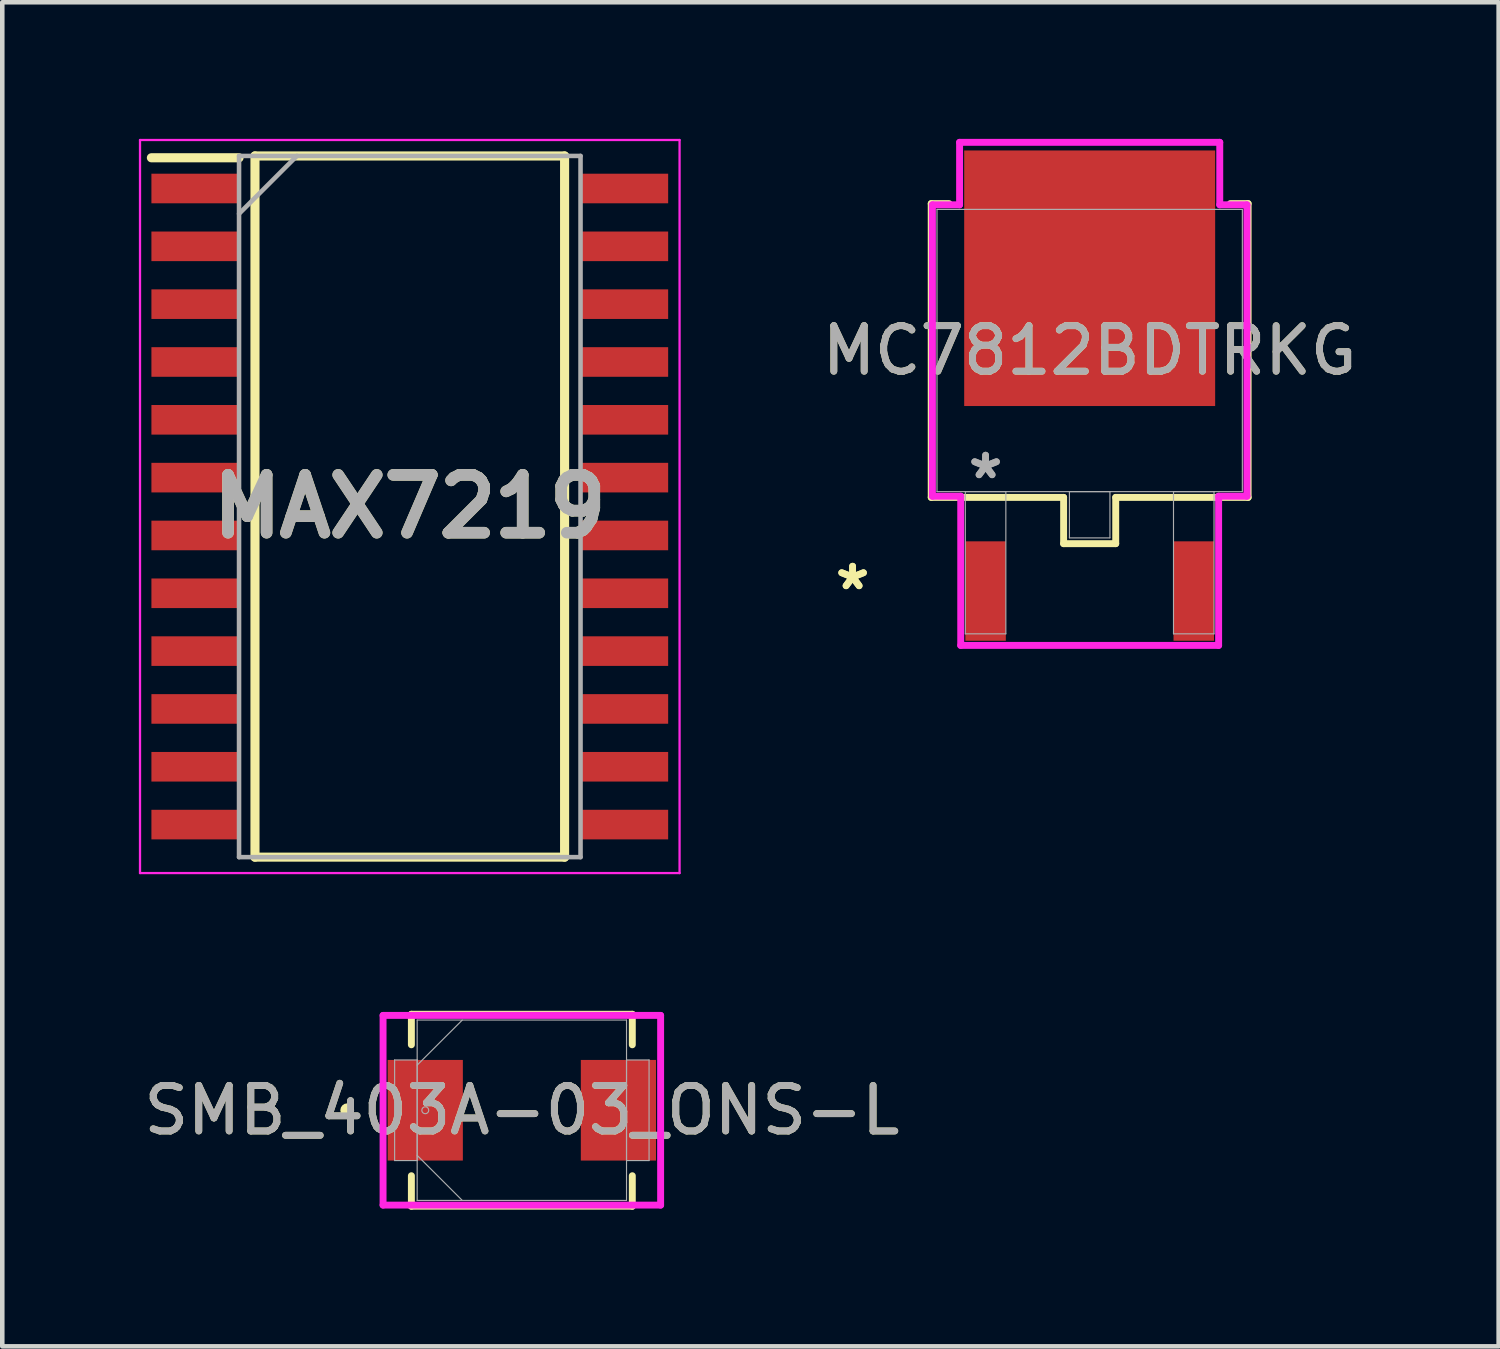
<source format=kicad_pcb>
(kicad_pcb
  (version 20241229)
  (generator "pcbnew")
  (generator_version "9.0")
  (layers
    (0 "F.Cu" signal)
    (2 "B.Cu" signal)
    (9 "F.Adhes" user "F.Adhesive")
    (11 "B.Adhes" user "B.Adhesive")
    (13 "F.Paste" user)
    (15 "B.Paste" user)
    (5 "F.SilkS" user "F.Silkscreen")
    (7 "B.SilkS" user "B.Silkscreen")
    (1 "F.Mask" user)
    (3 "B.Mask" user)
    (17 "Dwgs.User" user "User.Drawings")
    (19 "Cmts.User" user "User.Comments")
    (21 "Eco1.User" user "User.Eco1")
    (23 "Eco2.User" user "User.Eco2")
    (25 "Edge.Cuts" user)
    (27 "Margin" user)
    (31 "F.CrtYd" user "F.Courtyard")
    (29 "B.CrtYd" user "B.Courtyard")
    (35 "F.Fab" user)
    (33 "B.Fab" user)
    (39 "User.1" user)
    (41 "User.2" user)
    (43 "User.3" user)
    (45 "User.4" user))
  (footprint "MAX7219"
    (layer "F.Cu")
    (at 5.95 8.075)
    (property "Reference" "MAX7219" (at 0 0 0) (layer "F.SilkS") (effects (font (size 1.27 1.27) (thickness 0.254))))
    (attr smd)
    (fp_line (start -5.675 -7.66) (end -3.75 -7.66) (stroke (width 0.2) (type solid)) (layer "F.SilkS"))
    (fp_line (start -3.4 -7.7) (end 3.4 -7.7) (stroke (width 0.2) (type solid)) (layer "F.SilkS"))
    (fp_line (start -3.4 7.7) (end -3.4 -7.7) (stroke (width 0.2) (type solid)) (layer "F.SilkS"))
    (fp_line (start 3.4 -7.7) (end 3.4 7.7) (stroke (width 0.2) (type solid)) (layer "F.SilkS"))
    (fp_line (start 3.4 7.7) (end -3.4 7.7) (stroke (width 0.2) (type solid)) (layer "F.SilkS"))
    (fp_line (start -5.925 -8.05) (end 5.925 -8.05) (stroke (width 0.05) (type solid)) (layer "F.CrtYd"))
    (fp_line (start -5.925 8.05) (end -5.925 -8.05) (stroke (width 0.05) (type solid)) (layer "F.CrtYd"))
    (fp_line (start 5.925 -8.05) (end 5.925 8.05) (stroke (width 0.05) (type solid)) (layer "F.CrtYd"))
    (fp_line (start 5.925 8.05) (end -5.925 8.05) (stroke (width 0.05) (type solid)) (layer "F.CrtYd"))
    (fp_line (start -3.75 -7.7) (end 3.75 -7.7) (stroke (width 0.1) (type solid)) (layer "F.Fab"))
    (fp_line (start -3.75 -6.43) (end -2.48 -7.7) (stroke (width 0.1) (type solid)) (layer "F.Fab"))
    (fp_line (start -3.75 7.7) (end -3.75 -7.7) (stroke (width 0.1) (type solid)) (layer "F.Fab"))
    (fp_line (start 3.75 -7.7) (end 3.75 7.7) (stroke (width 0.1) (type solid)) (layer "F.Fab"))
    (fp_line (start 3.75 7.7) (end -3.75 7.7) (stroke (width 0.1) (type solid)) (layer "F.Fab"))
    (fp_text user "${REFERENCE}" (at 0 0 0) (layer "F.Fab") (effects (font (size 1.27 1.27) (thickness 0.254))))
    (pad "1" smd rect (at -4.712 -6.985 90) (size 0.65 1.925) (layers "F.Cu" "F.Mask" "F.Paste"))
    (pad "2" smd rect (at -4.712 -5.715 90) (size 0.65 1.925) (layers "F.Cu" "F.Mask" "F.Paste"))
    (pad "3" smd rect (at -4.712 -4.445 90) (size 0.65 1.925) (layers "F.Cu" "F.Mask" "F.Paste"))
    (pad "4" smd rect (at -4.712 -3.175 90) (size 0.65 1.925) (layers "F.Cu" "F.Mask" "F.Paste"))
    (pad "5" smd rect (at -4.712 -1.905 90) (size 0.65 1.925) (layers "F.Cu" "F.Mask" "F.Paste"))
    (pad "6" smd rect (at -4.712 -0.635 90) (size 0.65 1.925) (layers "F.Cu" "F.Mask" "F.Paste"))
    (pad "7" smd rect (at -4.712 0.635 90) (size 0.65 1.925) (layers "F.Cu" "F.Mask" "F.Paste"))
    (pad "8" smd rect (at -4.712 1.905 90) (size 0.65 1.925) (layers "F.Cu" "F.Mask" "F.Paste"))
    (pad "9" smd rect (at -4.712 3.175 90) (size 0.65 1.925) (layers "F.Cu" "F.Mask" "F.Paste"))
    (pad "10" smd rect (at -4.712 4.445 90) (size 0.65 1.925) (layers "F.Cu" "F.Mask" "F.Paste"))
    (pad "11" smd rect (at -4.712 5.715 90) (size 0.65 1.925) (layers "F.Cu" "F.Mask" "F.Paste"))
    (pad "12" smd rect (at -4.712 6.985 90) (size 0.65 1.925) (layers "F.Cu" "F.Mask" "F.Paste"))
    (pad "13" smd rect (at 4.712 6.985 90) (size 0.65 1.925) (layers "F.Cu" "F.Mask" "F.Paste"))
    (pad "14" smd rect (at 4.712 5.715 90) (size 0.65 1.925) (layers "F.Cu" "F.Mask" "F.Paste"))
    (pad "15" smd rect (at 4.712 4.445 90) (size 0.65 1.925) (layers "F.Cu" "F.Mask" "F.Paste"))
    (pad "16" smd rect (at 4.712 3.175 90) (size 0.65 1.925) (layers "F.Cu" "F.Mask" "F.Paste"))
    (pad "17" smd rect (at 4.712 1.905 90) (size 0.65 1.925) (layers "F.Cu" "F.Mask" "F.Paste"))
    (pad "18" smd rect (at 4.712 0.635 90) (size 0.65 1.925) (layers "F.Cu" "F.Mask" "F.Paste"))
    (pad "19" smd rect (at 4.712 -0.635 90) (size 0.65 1.925) (layers "F.Cu" "F.Mask" "F.Paste"))
    (pad "20" smd rect (at 4.712 -1.905 90) (size 0.65 1.925) (layers "F.Cu" "F.Mask" "F.Paste"))
    (pad "21" smd rect (at 4.712 -3.175 90) (size 0.65 1.925) (layers "F.Cu" "F.Mask" "F.Paste"))
    (pad "22" smd rect (at 4.712 -4.445 90) (size 0.65 1.925) (layers "F.Cu" "F.Mask" "F.Paste"))
    (pad "23" smd rect (at 4.712 -5.715 90) (size 0.65 1.925) (layers "F.Cu" "F.Mask" "F.Paste"))
    (pad "24" smd rect (at 4.712 -6.985 90) (size 0.65 1.925) (layers "F.Cu" "F.Mask" "F.Paste")))
  (footprint "SMB_403A-03_ONS-L"
    (layer "F.Cu")
    (at 8.411 21.334)
    (property "Reference" "SMB_403A-03_ONS-L" (at 0 0 0) (unlocked yes) (layer "F.SilkS") (effects (font (size 1 1) (thickness 0.15))))
    (attr smd)
    (fp_line (start -2.426 -2.108) (end -2.426 -1.438) (stroke (width 0.152) (type solid)) (layer "F.SilkS"))
    (fp_line (start -2.426 1.438) (end -2.426 2.108) (stroke (width 0.152) (type solid)) (layer "F.SilkS"))
    (fp_line (start -2.426 2.108) (end 2.426 2.108) (stroke (width 0.152) (type solid)) (layer "F.SilkS"))
    (fp_line (start 2.426 -2.108) (end -2.426 -2.108) (stroke (width 0.152) (type solid)) (layer "F.SilkS"))
    (fp_line (start 2.426 -1.438) (end 2.426 -2.108) (stroke (width 0.152) (type solid)) (layer "F.SilkS"))
    (fp_line (start 2.426 2.108) (end 2.426 1.438) (stroke (width 0.152) (type solid)) (layer "F.SilkS"))
    (fp_circle (center -3.835 0) (end -3.759 0) (stroke (width 0.152) (type solid)) (fill no) (layer "F.SilkS"))
    (fp_line (start -3.048 -2.083) (end 3.048 -2.083) (stroke (width 0.152) (type solid)) (layer "F.CrtYd"))
    (fp_line (start -3.048 2.083) (end -3.048 -2.083) (stroke (width 0.152) (type solid)) (layer "F.CrtYd"))
    (fp_line (start 3.048 -2.083) (end 3.048 2.083) (stroke (width 0.152) (type solid)) (layer "F.CrtYd"))
    (fp_line (start 3.048 2.083) (end -3.048 2.083) (stroke (width 0.152) (type solid)) (layer "F.CrtYd"))
    (fp_line (start -2.794 -1.105) (end -2.794 1.105) (stroke (width 0.025) (type solid)) (layer "F.Fab"))
    (fp_line (start -2.794 1.105) (end -2.299 1.105) (stroke (width 0.025) (type solid)) (layer "F.Fab"))
    (fp_line (start -2.299 -1.981) (end -2.299 1.981) (stroke (width 0.025) (type solid)) (layer "F.Fab"))
    (fp_line (start -2.299 -1.105) (end -2.794 -1.105) (stroke (width 0.025) (type solid)) (layer "F.Fab"))
    (fp_line (start -2.299 -0.991) (end -1.308 -1.981) (stroke (width 0.025) (type solid)) (layer "F.Fab"))
    (fp_line (start -2.299 0.991) (end -1.308 1.981) (stroke (width 0.025) (type solid)) (layer "F.Fab"))
    (fp_line (start -2.299 1.105) (end -2.299 -1.105) (stroke (width 0.025) (type solid)) (layer "F.Fab"))
    (fp_line (start -2.299 1.981) (end 2.299 1.981) (stroke (width 0.025) (type solid)) (layer "F.Fab"))
    (fp_line (start 2.299 -1.981) (end -2.299 -1.981) (stroke (width 0.025) (type solid)) (layer "F.Fab"))
    (fp_line (start 2.299 -1.105) (end 2.299 1.105) (stroke (width 0.025) (type solid)) (layer "F.Fab"))
    (fp_line (start 2.299 1.105) (end 2.794 1.105) (stroke (width 0.025) (type solid)) (layer "F.Fab"))
    (fp_line (start 2.299 1.981) (end 2.299 -1.981) (stroke (width 0.025) (type solid)) (layer "F.Fab"))
    (fp_line (start 2.794 -1.105) (end 2.299 -1.105) (stroke (width 0.025) (type solid)) (layer "F.Fab"))
    (fp_line (start 2.794 1.105) (end 2.794 -1.105) (stroke (width 0.025) (type solid)) (layer "F.Fab"))
    (fp_circle (center -2.121 0) (end -2.045 0) (stroke (width 0.025) (type solid)) (fill no) (layer "F.Fab"))
    (fp_text user "${REFERENCE}" (at 0 0 0) (unlocked yes) (layer "F.Fab") (effects (font (size 1 1) (thickness 0.15))))
    (pad "1" smd rect (at -2.121 0) (size 1.651 2.21) (layers "F.Cu" "F.Mask" "F.Paste"))
    (pad "2" smd rect (at 2.121 0) (size 1.651 2.21) (layers "F.Cu" "F.Mask" "F.Paste"))
    (zone (net_name "") (layer "F.Cu") (hatch full 0.508) (connect_pads) (min_thickness 0.254) (filled_areas_thickness no) (keepout (tracks not_allowed) (vias not_allowed) (pads allowed) (copperpour not_allowed) (footprints allowed)) (placement (enabled no)) (fill) (polygon (pts (xy 7.166 19.404) (xy 9.655 19.404) (xy 9.655 23.265) (xy 7.166 23.265)))))
  (footprint "MC7812BDTRKG"
    (layer "F.Cu")
    (at 20.882 4.648)
    (property "Reference" "MC7812BDTRKG" (at 0 0 0) (unlocked yes) (layer "F.SilkS") (effects (font (size 1 1) (thickness 0.15))))
    (attr smd)
    (fp_line (start -3.48 -3.226) (end -3.48 3.226) (stroke (width 0.152) (type solid)) (layer "F.SilkS"))
    (fp_line (start -3.48 3.226) (end -0.572 3.226) (stroke (width 0.152) (type solid)) (layer "F.SilkS"))
    (fp_line (start -3.089 -3.226) (end -3.48 -3.226) (stroke (width 0.152) (type solid)) (layer "F.SilkS"))
    (fp_line (start -0.572 3.226) (end -0.572 4.242) (stroke (width 0.152) (type solid)) (layer "F.SilkS"))
    (fp_line (start -0.572 4.242) (end 0.572 4.242) (stroke (width 0.152) (type solid)) (layer "F.SilkS"))
    (fp_line (start 0.572 3.226) (end 3.48 3.226) (stroke (width 0.152) (type solid)) (layer "F.SilkS"))
    (fp_line (start 0.572 4.242) (end 0.572 3.226) (stroke (width 0.152) (type solid)) (layer "F.SilkS"))
    (fp_line (start 3.48 -3.226) (end 3.089 -3.226) (stroke (width 0.152) (type solid)) (layer "F.SilkS"))
    (fp_line (start 3.48 3.226) (end 3.48 -3.226) (stroke (width 0.152) (type solid)) (layer "F.SilkS"))
    (fp_line (start -3.454 -3.2) (end -2.857 -3.2) (stroke (width 0.152) (type solid)) (layer "F.CrtYd"))
    (fp_line (start -3.454 3.2) (end -3.454 -3.2) (stroke (width 0.152) (type solid)) (layer "F.CrtYd"))
    (fp_line (start -2.857 -4.572) (end 2.857 -4.572) (stroke (width 0.152) (type solid)) (layer "F.CrtYd"))
    (fp_line (start -2.857 -3.2) (end -2.857 -4.572) (stroke (width 0.152) (type solid)) (layer "F.CrtYd"))
    (fp_line (start -2.832 3.2) (end -3.454 3.2) (stroke (width 0.152) (type solid)) (layer "F.CrtYd"))
    (fp_line (start -2.832 6.477) (end -2.832 3.2) (stroke (width 0.152) (type solid)) (layer "F.CrtYd"))
    (fp_line (start 2.832 3.2) (end 2.832 6.477) (stroke (width 0.152) (type solid)) (layer "F.CrtYd"))
    (fp_line (start 2.832 6.477) (end -2.832 6.477) (stroke (width 0.152) (type solid)) (layer "F.CrtYd"))
    (fp_line (start 2.857 -4.572) (end 2.857 -3.2) (stroke (width 0.152) (type solid)) (layer "F.CrtYd"))
    (fp_line (start 2.857 -3.2) (end 3.454 -3.2) (stroke (width 0.152) (type solid)) (layer "F.CrtYd"))
    (fp_line (start 3.454 -3.2) (end 3.454 3.2) (stroke (width 0.152) (type solid)) (layer "F.CrtYd"))
    (fp_line (start 3.454 3.2) (end 2.832 3.2) (stroke (width 0.152) (type solid)) (layer "F.CrtYd"))
    (fp_line (start -3.353 -3.099) (end -3.353 3.099) (stroke (width 0.025) (type solid)) (layer "F.Fab"))
    (fp_line (start -3.353 3.099) (end 3.353 3.099) (stroke (width 0.025) (type solid)) (layer "F.Fab"))
    (fp_line (start -2.731 3.099) (end -2.731 6.223) (stroke (width 0.025) (type solid)) (layer "F.Fab"))
    (fp_line (start -2.731 6.223) (end -1.841 6.223) (stroke (width 0.025) (type solid)) (layer "F.Fab"))
    (fp_line (start -1.841 3.099) (end -2.731 3.099) (stroke (width 0.025) (type solid)) (layer "F.Fab"))
    (fp_line (start -1.841 6.223) (end -1.841 3.099) (stroke (width 0.025) (type solid)) (layer "F.Fab"))
    (fp_line (start -0.445 3.099) (end -0.445 4.115) (stroke (width 0.025) (type solid)) (layer "F.Fab"))
    (fp_line (start -0.445 4.115) (end 0.445 4.115) (stroke (width 0.025) (type solid)) (layer "F.Fab"))
    (fp_line (start 0.445 3.099) (end -0.445 3.099) (stroke (width 0.025) (type solid)) (layer "F.Fab"))
    (fp_line (start 0.445 4.115) (end 0.445 3.099) (stroke (width 0.025) (type solid)) (layer "F.Fab"))
    (fp_line (start 1.841 3.099) (end 1.841 6.223) (stroke (width 0.025) (type solid)) (layer "F.Fab"))
    (fp_line (start 1.841 6.223) (end 2.731 6.223) (stroke (width 0.025) (type solid)) (layer "F.Fab"))
    (fp_line (start 2.731 3.099) (end 1.841 3.099) (stroke (width 0.025) (type solid)) (layer "F.Fab"))
    (fp_line (start 2.731 6.223) (end 2.731 3.099) (stroke (width 0.025) (type solid)) (layer "F.Fab"))
    (fp_line (start 3.353 -3.099) (end -3.353 -3.099) (stroke (width 0.025) (type solid)) (layer "F.Fab"))
    (fp_line (start 3.353 3.099) (end 3.353 -3.099) (stroke (width 0.025) (type solid)) (layer "F.Fab"))
    (fp_text user "*" (at -5.207 5.283 0) (layer "F.SilkS") (effects (font (size 1 1) (thickness 0.15))))
    (fp_text user "*" (at -5.207 5.283 0) (unlocked yes) (layer "F.SilkS") (effects (font (size 1 1) (thickness 0.15))))
    (fp_text user "${REFERENCE}" (at 0 0 0) (unlocked yes) (layer "F.Fab") (effects (font (size 1 1) (thickness 0.15))))
    (fp_text user "*" (at -2.286 2.845 0) (unlocked yes) (layer "F.Fab") (effects (font (size 1 1) (thickness 0.15))))
    (fp_text user "*" (at -2.286 2.845 0) (layer "F.Fab") (effects (font (size 1 1) (thickness 0.15))))
    (pad "1" smd rect (at -2.286 5.283) (size 0.889 2.184) (layers "F.Cu" "F.Mask" "F.Paste"))
    (pad "2" smd rect (at 0 -1.587) (size 5.512 5.613) (layers "F.Cu" "F.Mask" "F.Paste"))
    (pad "3" smd rect (at 2.286 5.283) (size 0.889 2.184) (layers "F.Cu" "F.Mask" "F.Paste")))
  (gr_rect
    (start -3 -3)
    (end 29.864 26.519)
    (stroke (width 0.1) (type default))
    (fill no)
    (layer "Edge.Cuts")))
</source>
